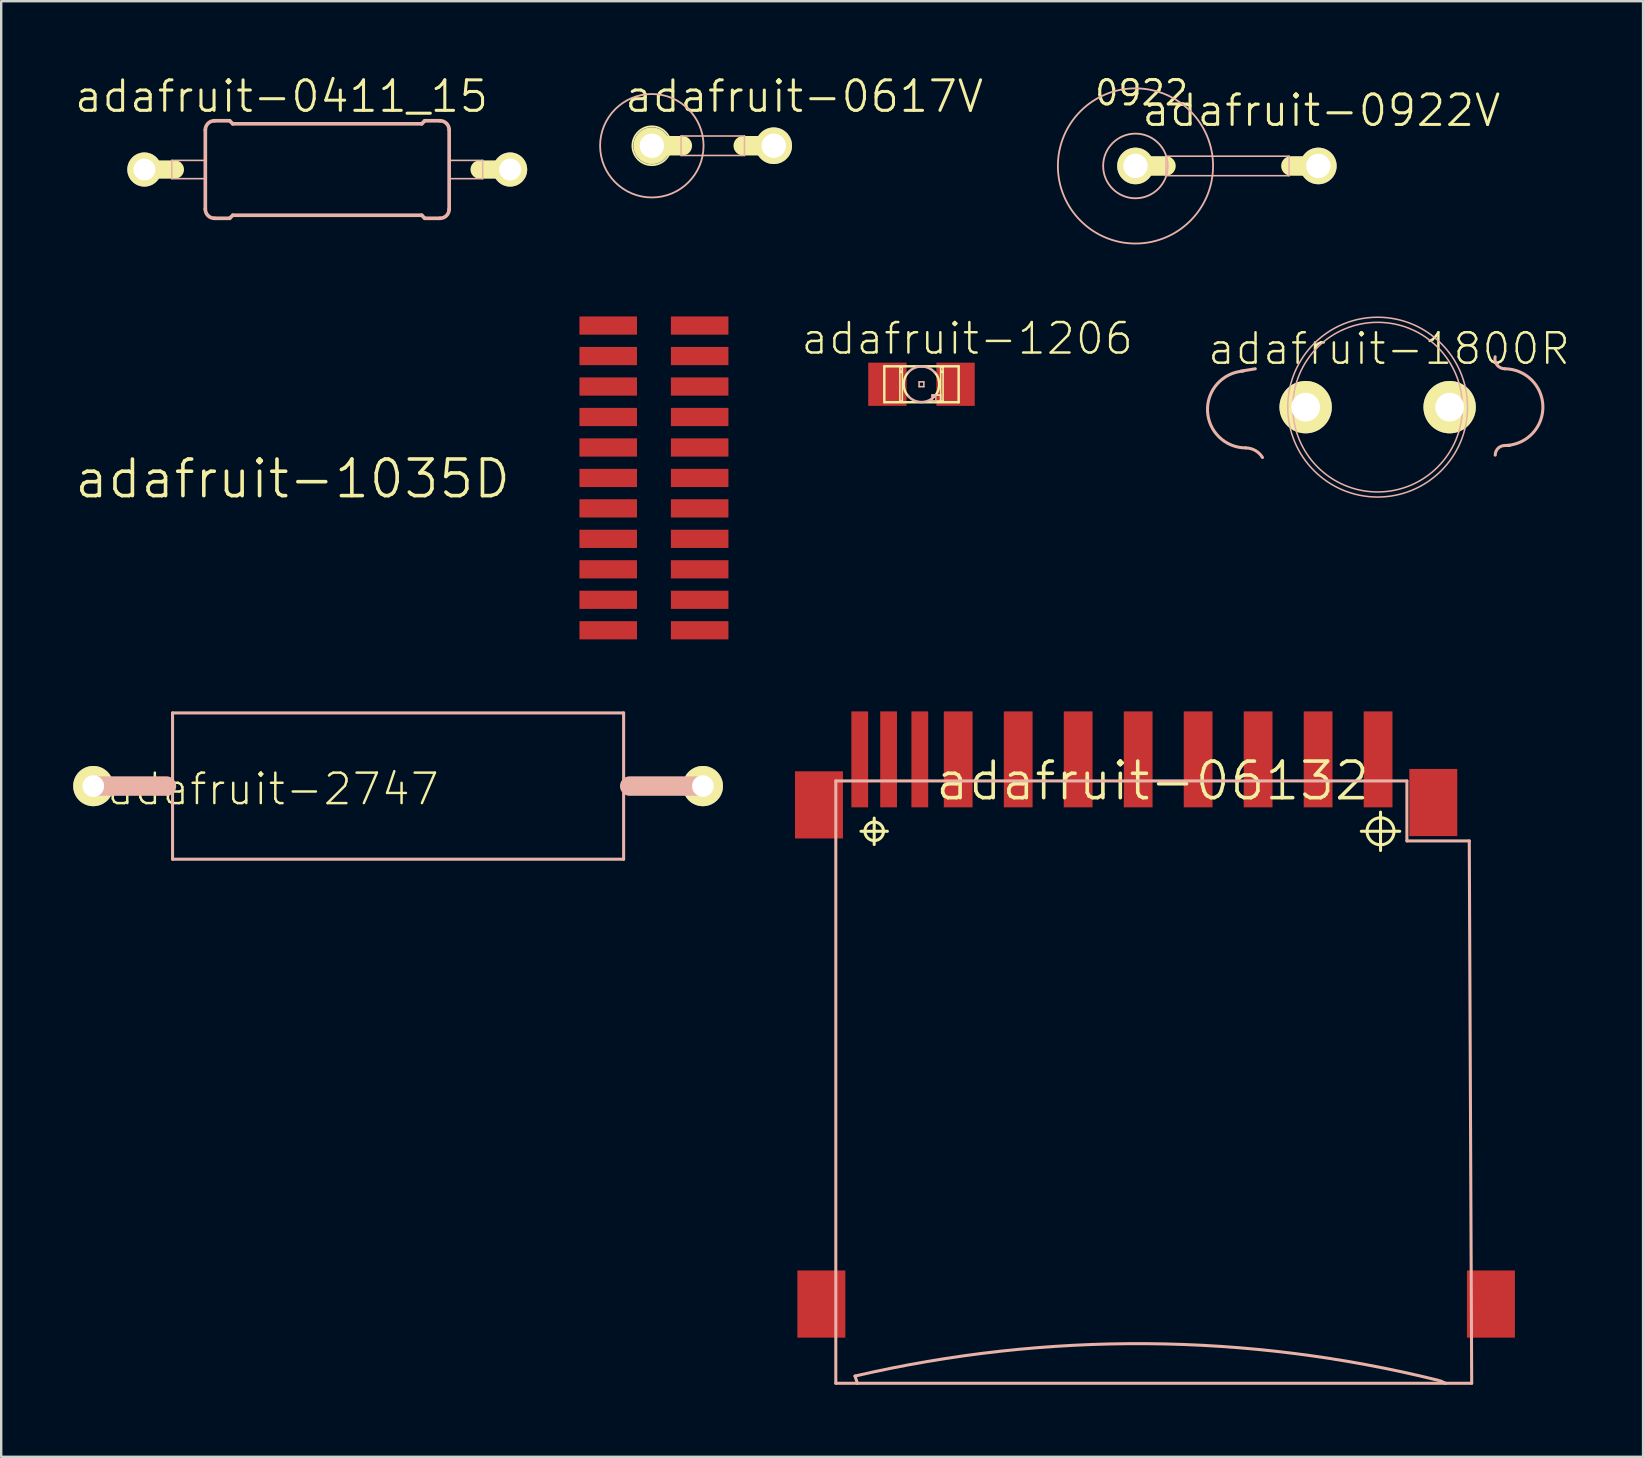
<source format=kicad_pcb>
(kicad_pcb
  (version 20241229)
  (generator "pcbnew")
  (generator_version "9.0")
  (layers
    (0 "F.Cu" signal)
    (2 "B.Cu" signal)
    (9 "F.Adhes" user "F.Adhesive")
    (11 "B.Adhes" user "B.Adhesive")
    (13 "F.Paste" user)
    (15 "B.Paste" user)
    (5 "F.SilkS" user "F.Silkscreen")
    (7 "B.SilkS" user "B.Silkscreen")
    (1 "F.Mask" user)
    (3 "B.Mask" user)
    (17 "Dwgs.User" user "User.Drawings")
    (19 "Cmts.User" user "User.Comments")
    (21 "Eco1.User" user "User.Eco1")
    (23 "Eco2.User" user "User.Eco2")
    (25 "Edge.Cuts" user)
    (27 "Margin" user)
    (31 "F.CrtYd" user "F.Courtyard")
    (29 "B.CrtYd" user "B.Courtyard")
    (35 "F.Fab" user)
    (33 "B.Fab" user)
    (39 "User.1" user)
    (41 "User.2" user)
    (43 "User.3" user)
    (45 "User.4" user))
  (footprint "adafruit-1035D"
    (layer "F.Cu")
    (at 9.144 16.904)
    (property "Reference" "adafruit-1035D" (at 0 0 0) (layer "F.SilkS") (effects (font (size 1.524 1.524) (thickness 0.15))))
    (attr smd)
    (pad "#RST" smd rect (at 16.96 -6.388 270) (size 0.759 2.398) (layers "F.Cu" "F.Mask" "F.Paste"))
    (pad "BOOT" smd rect (at 13.15 3.769 90) (size 0.759 2.398) (layers "F.Cu" "F.Mask" "F.Paste"))
    (pad "GND" smd rect (at 13.15 -1.308 90) (size 0.759 2.398) (layers "F.Cu" "F.Mask" "F.Paste"))
    (pad "ON_O" smd rect (at 13.15 6.309 90) (size 0.759 2.398) (layers "F.Cu" "F.Mask" "F.Paste"))
    (pad "P$10" smd rect (at 13.15 5.039 90) (size 0.759 2.398) (layers "F.Cu" "F.Mask" "F.Paste"))
    (pad "P$12" smd rect (at 16.96 6.309 270) (size 0.759 2.398) (layers "F.Cu" "F.Mask" "F.Paste"))
    (pad "P$13" smd rect (at 16.96 5.039 270) (size 0.759 2.398) (layers "F.Cu" "F.Mask" "F.Paste"))
    (pad "P$14" smd rect (at 16.96 3.769 270) (size 0.759 2.398) (layers "F.Cu" "F.Mask" "F.Paste"))
    (pad "P$15" smd rect (at 16.96 2.499 270) (size 0.759 2.398) (layers "F.Cu" "F.Mask" "F.Paste"))
    (pad "P$16" smd rect (at 16.96 1.229 270) (size 0.759 2.398) (layers "F.Cu" "F.Mask" "F.Paste"))
    (pad "P$18" smd rect (at 16.96 -1.308 270) (size 0.759 2.398) (layers "F.Cu" "F.Mask" "F.Paste"))
    (pad "P$19" smd rect (at 16.96 -2.578 270) (size 0.759 2.398) (layers "F.Cu" "F.Mask" "F.Paste"))
    (pad "P$21" smd rect (at 16.96 -5.118 270) (size 0.759 2.398) (layers "F.Cu" "F.Mask" "F.Paste"))
    (pad "PPS" smd rect (at 13.15 -6.388 90) (size 0.759 2.398) (layers "F.Cu" "F.Mask" "F.Paste"))
    (pad "RFPW" smd rect (at 16.96 -3.848 270) (size 0.759 2.398) (layers "F.Cu" "F.Mask" "F.Paste"))
    (pad "RX0" smd rect (at 13.15 -3.848 90) (size 0.759 2.398) (layers "F.Cu" "F.Mask" "F.Paste"))
    (pad "RX1" smd rect (at 13.15 1.229 90) (size 0.759 2.398) (layers "F.Cu" "F.Mask" "F.Paste"))
    (pad "TX0" smd rect (at 13.15 -5.118 90) (size 0.759 2.398) (layers "F.Cu" "F.Mask" "F.Paste"))
    (pad "TX1" smd rect (at 13.15 2.499 90) (size 0.759 2.398) (layers "F.Cu" "F.Mask" "F.Paste"))
    (pad "VBAK" smd rect (at 13.15 -0.038 90) (size 0.759 2.398) (layers "F.Cu" "F.Mask" "F.Paste"))
    (pad "VBAK" smd rect (at 16.96 -0.038 270) (size 0.759 2.398) (layers "F.Cu" "F.Mask" "F.Paste"))
    (pad "VCC" smd rect (at 13.15 -2.578 90) (size 0.759 2.398) (layers "F.Cu" "F.Mask" "F.Paste")))
  (footprint "adafruit-0411_15"
    (layer "F.Cu")
    (at 10.586 4.014)
    (property "Reference" "adafruit-0411_15" (at -1.905 -3.048 0) (layer "F.SilkS") (effects (font (size 1.27 1.27) (thickness 0.127))))
    (attr exclude_from_pos_files exclude_from_bom)
    (fp_line (start -7.62 0) (end -6.35 0) (stroke (width 0.762) (type solid)) (layer "F.SilkS"))
    (fp_line (start 6.35 0) (end 7.62 0) (stroke (width 0.762) (type solid)) (layer "F.SilkS"))
    (fp_line (start -6.477 -0.381) (end -5.08 -0.381) (stroke (width 0.066) (type solid)) (layer "B.SilkS"))
    (fp_line (start -6.477 0.381) (end -6.477 -0.381) (stroke (width 0.066) (type solid)) (layer "B.SilkS"))
    (fp_line (start -6.477 0.381) (end -5.08 0.381) (stroke (width 0.066) (type solid)) (layer "B.SilkS"))
    (fp_line (start -5.08 -1.651) (end -5.08 1.651) (stroke (width 0.152) (type solid)) (layer "B.SilkS"))
    (fp_line (start -5.08 0.381) (end -5.08 -0.381) (stroke (width 0.066) (type solid)) (layer "B.SilkS"))
    (fp_line (start -4.699 -2.032) (end -4.064 -2.032) (stroke (width 0.152) (type solid)) (layer "B.SilkS"))
    (fp_line (start -4.699 2.032) (end -4.064 2.032) (stroke (width 0.152) (type solid)) (layer "B.SilkS"))
    (fp_line (start -3.937 -1.905) (end -4.064 -2.032) (stroke (width 0.152) (type solid)) (layer "B.SilkS"))
    (fp_line (start -3.937 -1.905) (end 3.937 -1.905) (stroke (width 0.152) (type solid)) (layer "B.SilkS"))
    (fp_line (start -3.937 1.905) (end -4.064 2.032) (stroke (width 0.152) (type solid)) (layer "B.SilkS"))
    (fp_line (start -3.937 1.905) (end 3.937 1.905) (stroke (width 0.152) (type solid)) (layer "B.SilkS"))
    (fp_line (start 3.937 -1.905) (end 4.064 -2.032) (stroke (width 0.152) (type solid)) (layer "B.SilkS"))
    (fp_line (start 3.937 1.905) (end 4.064 2.032) (stroke (width 0.152) (type solid)) (layer "B.SilkS"))
    (fp_line (start 4.699 -2.032) (end 4.064 -2.032) (stroke (width 0.152) (type solid)) (layer "B.SilkS"))
    (fp_line (start 4.699 2.032) (end 4.064 2.032) (stroke (width 0.152) (type solid)) (layer "B.SilkS"))
    (fp_line (start 5.08 -0.381) (end 6.477 -0.381) (stroke (width 0.066) (type solid)) (layer "B.SilkS"))
    (fp_line (start 5.08 0.381) (end 5.08 -0.381) (stroke (width 0.066) (type solid)) (layer "B.SilkS"))
    (fp_line (start 5.08 0.381) (end 6.477 0.381) (stroke (width 0.066) (type solid)) (layer "B.SilkS"))
    (fp_line (start 5.08 1.651) (end 5.08 -1.651) (stroke (width 0.152) (type solid)) (layer "B.SilkS"))
    (fp_line (start 6.477 0.381) (end 6.477 -0.381) (stroke (width 0.066) (type solid)) (layer "B.SilkS"))
    (fp_arc (start -5.08 -1.651) (mid -4.968408 -1.920408) (end -4.699 -2.032) (stroke (width 0.1524) (type solid)) (layer "B.SilkS"))
    (fp_arc (start -4.699 2.032) (mid -4.968408 1.920408) (end -5.08 1.651) (stroke (width 0.1524) (type solid)) (layer "B.SilkS"))
    (fp_arc (start 4.699 -2.032) (mid 4.968408 -1.920408) (end 5.08 -1.651) (stroke (width 0.1524) (type solid)) (layer "B.SilkS"))
    (fp_arc (start 5.08 1.651) (mid 4.968408 1.920408) (end 4.699 2.032) (stroke (width 0.1524) (type solid)) (layer "B.SilkS"))
    (pad "1" thru_hole circle (at -7.62 0) (size 1.422 1.422) (drill 0.914) (layers "*.Cu" "F.Mask" "F.SilkS" "F.Paste"))
    (pad "2" thru_hole circle (at 7.62 0) (size 1.422 1.422) (drill 0.914) (layers "*.Cu" "F.Mask" "F.SilkS" "F.Paste")))
  (footprint "adafruit-1206"
    (layer "F.Cu")
    (at 35.347 12.962)
    (property "Reference" "adafruit-1206" (at 1.905 -1.905 0) (layer "F.SilkS") (effects (font (size 1.27 1.27) (thickness 0.102))))
    (attr smd)
    (fp_line (start -1.549 -0.749) (end 1.549 -0.749) (stroke (width 0.102) (type solid)) (layer "F.SilkS"))
    (fp_line (start -1.549 0.749) (end -1.549 -0.749) (stroke (width 0.102) (type solid)) (layer "F.SilkS"))
    (fp_line (start -0.899 -0.699) (end -0.798 -0.699) (stroke (width 0.066) (type solid)) (layer "F.SilkS"))
    (fp_line (start -0.899 -0.549) (end -0.899 -0.699) (stroke (width 0.066) (type solid)) (layer "F.SilkS"))
    (fp_line (start -0.899 -0.549) (end -0.798 -0.549) (stroke (width 0.066) (type solid)) (layer "F.SilkS"))
    (fp_line (start -0.899 -0.498) (end -0.798 -0.498) (stroke (width 0.066) (type solid)) (layer "F.SilkS"))
    (fp_line (start -0.899 0.699) (end -0.899 -0.498) (stroke (width 0.066) (type solid)) (layer "F.SilkS"))
    (fp_line (start -0.899 0.699) (end -0.798 0.699) (stroke (width 0.066) (type solid)) (layer "F.SilkS"))
    (fp_line (start -0.798 -0.549) (end -0.798 -0.699) (stroke (width 0.066) (type solid)) (layer "F.SilkS"))
    (fp_line (start -0.798 0.699) (end -0.798 -0.498) (stroke (width 0.066) (type solid)) (layer "F.SilkS"))
    (fp_line (start 0.45 0.45) (end 0.798 0.45) (stroke (width 0.066) (type solid)) (layer "F.SilkS"))
    (fp_line (start 0.45 0.699) (end 0.45 0.45) (stroke (width 0.066) (type solid)) (layer "F.SilkS"))
    (fp_line (start 0.45 0.699) (end 0.798 0.699) (stroke (width 0.066) (type solid)) (layer "F.SilkS"))
    (fp_line (start 0.798 -0.699) (end 0.899 -0.699) (stroke (width 0.066) (type solid)) (layer "F.SilkS"))
    (fp_line (start 0.798 -0.549) (end 0.798 -0.699) (stroke (width 0.066) (type solid)) (layer "F.SilkS"))
    (fp_line (start 0.798 -0.549) (end 0.899 -0.549) (stroke (width 0.066) (type solid)) (layer "F.SilkS"))
    (fp_line (start 0.798 -0.498) (end 0.899 -0.498) (stroke (width 0.066) (type solid)) (layer "F.SilkS"))
    (fp_line (start 0.798 0.699) (end 0.798 -0.498) (stroke (width 0.066) (type solid)) (layer "F.SilkS"))
    (fp_line (start 0.798 0.699) (end 0.798 0.45) (stroke (width 0.066) (type solid)) (layer "F.SilkS"))
    (fp_line (start 0.798 0.699) (end 0.899 0.699) (stroke (width 0.066) (type solid)) (layer "F.SilkS"))
    (fp_line (start 0.899 -0.549) (end 0.899 -0.699) (stroke (width 0.066) (type solid)) (layer "F.SilkS"))
    (fp_line (start 0.899 0.699) (end 0.899 -0.498) (stroke (width 0.066) (type solid)) (layer "F.SilkS"))
    (fp_line (start 1.549 -0.749) (end 1.549 0.749) (stroke (width 0.102) (type solid)) (layer "F.SilkS"))
    (fp_line (start 1.549 0.749) (end -1.549 0.749) (stroke (width 0.102) (type solid)) (layer "F.SilkS"))
    (fp_arc (start -0.54864 0.49784) (mid -0.740844 -0.000377) (end -0.548133 -0.498398) (stroke (width 0.1016) (type solid)) (layer "F.SilkS"))
    (fp_arc (start 0.54864 -0.49784) (mid 0.740844 0.000377) (end 0.548133 0.498398) (stroke (width 0.1016) (type solid)) (layer "F.SilkS"))
    (fp_line (start -0.099 -0.099) (end 0.099 -0.099) (stroke (width 0.066) (type solid)) (layer "B.SilkS"))
    (fp_line (start -0.099 0.099) (end -0.099 -0.099) (stroke (width 0.066) (type solid)) (layer "B.SilkS"))
    (fp_line (start -0.099 0.099) (end 0.099 0.099) (stroke (width 0.066) (type solid)) (layer "B.SilkS"))
    (fp_line (start 0.099 0.099) (end 0.099 -0.099) (stroke (width 0.066) (type solid)) (layer "B.SilkS"))
    (fp_line (start 0.45 0.45) (end 0.599 0.45) (stroke (width 0.066) (type solid)) (layer "B.SilkS"))
    (fp_line (start 0.45 0.699) (end 0.45 0.45) (stroke (width 0.066) (type solid)) (layer "B.SilkS"))
    (fp_line (start 0.45 0.699) (end 0.599 0.699) (stroke (width 0.066) (type solid)) (layer "B.SilkS"))
    (fp_line (start 0.599 0.699) (end 0.599 0.45) (stroke (width 0.066) (type solid)) (layer "B.SilkS"))
    (fp_arc (start -0.54864 -0.49784) (mid -0.001024 -0.740844) (end 0.547262 -0.499354) (stroke (width 0.1016) (type solid)) (layer "B.SilkS"))
    (fp_arc (start 0.54864 0.49784) (mid 0.001024 0.740844) (end -0.547262 0.499354) (stroke (width 0.1016) (type solid)) (layer "B.SilkS"))
    (pad "A" smd rect (at -1.42 0) (size 1.598 1.801) (layers "F.Cu" "F.Mask" "F.Paste"))
    (pad "C" smd rect (at 1.42 0) (size 1.598 1.801) (layers "F.Cu" "F.Mask" "F.Paste")))
  (footprint "adafruit-2747"
    (layer "F.Cu")
    (at 13.538 29.705)
    (property "Reference" "adafruit-2747" (at -5.207 0.127 0) (layer "F.SilkS") (effects (font (size 1.27 1.27) (thickness 0.102))))
    (attr exclude_from_pos_files exclude_from_bom)
    (fp_line (start -12.446 0) (end -9.652 0) (stroke (width 0.813) (type solid)) (layer "B.SilkS"))
    (fp_line (start -9.398 -3.048) (end 9.398 -3.048) (stroke (width 0.127) (type solid)) (layer "B.SilkS"))
    (fp_line (start -9.398 3.048) (end -9.398 -3.048) (stroke (width 0.127) (type solid)) (layer "B.SilkS"))
    (fp_line (start 9.398 -3.048) (end 9.398 3.048) (stroke (width 0.127) (type solid)) (layer "B.SilkS"))
    (fp_line (start 9.398 3.048) (end -9.398 3.048) (stroke (width 0.127) (type solid)) (layer "B.SilkS"))
    (fp_line (start 12.446 0) (end 9.652 0) (stroke (width 0.813) (type solid)) (layer "B.SilkS"))
    (pad "P$1" thru_hole circle (at -12.7 0) (size 1.676 1.676) (drill 0.899) (layers "*.Cu" "F.Mask" "F.SilkS" "F.Paste"))
    (pad "P$2" thru_hole circle (at 12.7 0) (size 1.676 1.676) (drill 0.899) (layers "*.Cu" "F.Mask" "F.SilkS" "F.Paste")))
  (footprint "adafruit-1800R"
    (layer "F.Cu")
    (at 54.355 13.915)
    (property "Reference" "adafruit-1800R" (at 0.475 -2.433 0) (layer "F.SilkS") (effects (font (size 1.27 1.27) (thickness 0.102))))
    (attr exclude_from_pos_files exclude_from_bom)
    (fp_line (start -5.098 -1.598) (end -5.7 -1.499) (stroke (width 0.127) (type solid)) (layer "B.SilkS"))
    (fp_line (start 5.499 1.598) (end 5.298 1.598) (stroke (width 0.127) (type solid)) (layer "B.SilkS"))
    (fp_arc (start -5.4991 1.69926) (mid -7.088403 0.146753) (end -5.599489 -1.502276) (stroke (width 0.127) (type solid)) (layer "B.SilkS"))
    (fp_arc (start -5.4991 1.69926) (mid -5.097356 1.807488) (end -4.798959 2.097436) (stroke (width 0.127) (type solid)) (layer "B.SilkS"))
    (fp_arc (start 4.89966 1.99898) (mid 5.01646 1.717) (end 5.29844 1.6002) (stroke (width 0.127) (type solid)) (layer "B.SilkS"))
    (fp_arc (start 5.29844 -1.59766) (mid 4.978079 -1.752539) (end 4.896229 -2.098832) (stroke (width 0.127) (type solid)) (layer "B.SilkS"))
    (fp_arc (start 5.29844 -1.59766) (mid 6.885107 -0.052572) (end 5.403502 1.593532) (stroke (width 0.127) (type solid)) (layer "B.SilkS"))
    (fp_circle (center 0 0) (end -2.649 2.649) (stroke (width 0.064) (type solid)) (fill no) (layer "B.SilkS"))
    (fp_circle (center 0 0) (end -2.499 2.499) (stroke (width 0.064) (type solid)) (fill no) (layer "B.SilkS"))
    (pad "1" thru_hole circle (at -3 0) (size 2.182 2.182) (drill 1.199) (layers "*.Cu" "F.Mask" "F.SilkS" "F.Paste"))
    (pad "2" thru_hole circle (at 3 0) (size 2.182 2.182) (drill 1.199) (layers "*.Cu" "F.Mask" "F.SilkS" "F.Paste")))
  (footprint "adafruit-0922V"
    (layer "F.Cu")
    (at 49.344 3.865)
    (property "Reference" "adafruit-0922V" (at 2.667 -2.311 0) (layer "F.SilkS") (effects (font (size 1.27 1.27) (thickness 0.127))))
    (attr exclude_from_pos_files exclude_from_bom)
    (fp_line (start -5.08 0) (end -3.81 0) (stroke (width 0.813) (type solid)) (layer "F.SilkS"))
    (fp_line (start 2.54 0) (end 1.397 0) (stroke (width 0.813) (type solid)) (layer "F.SilkS"))
    (fp_line (start -3.81 -0.406) (end 1.321 -0.406) (stroke (width 0.066) (type solid)) (layer "B.SilkS"))
    (fp_line (start -3.81 0.406) (end -3.81 -0.406) (stroke (width 0.066) (type solid)) (layer "B.SilkS"))
    (fp_line (start -3.81 0.406) (end 1.321 0.406) (stroke (width 0.066) (type solid)) (layer "B.SilkS"))
    (fp_line (start 1.321 0.406) (end 1.321 -0.406) (stroke (width 0.066) (type solid)) (layer "B.SilkS"))
    (fp_circle (center -5.08 0) (end -7.366 2.286) (stroke (width 0.076) (type solid)) (fill no) (layer "B.SilkS"))
    (fp_circle (center -5.08 0) (end -6.032 0.953) (stroke (width 0.076) (type solid)) (fill no) (layer "B.SilkS"))
    (fp_text user "0922" (at -4.826 -3.048 0) (layer "F.SilkS") (effects (font (size 1.016 1.016) (thickness 0.127))))
    (pad "1" thru_hole circle (at -5.08 0) (size 1.524 1.524) (drill 1.016) (layers "*.Cu" "F.Mask" "F.SilkS" "F.Paste"))
    (pad "2" thru_hole circle (at 2.54 0) (size 1.524 1.524) (drill 1.016) (layers "*.Cu" "F.Mask" "F.SilkS" "F.Paste")))
  (footprint "adafruit-0617V"
    (layer "F.Cu")
    (at 26.651 3.023)
    (property "Reference" "adafruit-0617V" (at 3.81 -2.057 0) (layer "F.SilkS") (effects (font (size 1.27 1.27) (thickness 0.127))))
    (attr exclude_from_pos_files exclude_from_bom)
    (fp_line (start -2.54 0) (end -1.27 0) (stroke (width 0.813) (type solid)) (layer "F.SilkS"))
    (fp_line (start 1.27 0) (end 2.54 0) (stroke (width 0.813) (type solid)) (layer "F.SilkS"))
    (fp_circle (center -2.54 0) (end -3.111 0.572) (stroke (width 0.076) (type solid)) (fill no) (layer "F.SilkS"))
    (fp_line (start -1.321 -0.406) (end 1.321 -0.406) (stroke (width 0.066) (type solid)) (layer "B.SilkS"))
    (fp_line (start -1.321 0.406) (end -1.321 -0.406) (stroke (width 0.066) (type solid)) (layer "B.SilkS"))
    (fp_line (start -1.321 0.406) (end 1.321 0.406) (stroke (width 0.066) (type solid)) (layer "B.SilkS"))
    (fp_line (start 1.321 0.406) (end 1.321 -0.406) (stroke (width 0.066) (type solid)) (layer "B.SilkS"))
    (fp_circle (center -2.54 0) (end -4.064 1.524) (stroke (width 0.076) (type solid)) (fill no) (layer "B.SilkS"))
    (pad "1" thru_hole circle (at -2.54 0) (size 1.524 1.524) (drill 1.016) (layers "*.Cu" "F.Mask" "F.SilkS" "F.Paste"))
    (pad "2" thru_hole circle (at 2.54 0) (size 1.524 1.524) (drill 1.016) (layers "*.Cu" "F.Mask" "F.SilkS" "F.Paste")))
  (footprint "adafruit-06132"
    (layer "F.Cu")
    (at 44.975 29.491)
    (property "Reference" "adafruit-06132" (at 0 0 0) (layer "F.SilkS") (effects (font (size 1.524 1.524) (thickness 0.15))))
    (attr smd)
    (fp_line (start -12.149 2.098) (end -11.049 2.098) (stroke (width 0.127) (type solid)) (layer "F.SilkS"))
    (fp_line (start -11.598 2.649) (end -11.598 1.549) (stroke (width 0.127) (type solid)) (layer "F.SilkS"))
    (fp_line (start 8.7 2.098) (end 10.3 2.098) (stroke (width 0.127) (type solid)) (layer "F.SilkS"))
    (fp_line (start 9.5 2.898) (end 9.5 1.298) (stroke (width 0.127) (type solid)) (layer "F.SilkS"))
    (fp_circle (center -11.598 2.098) (end -11.872 2.372) (stroke (width 0.127) (type solid)) (fill no) (layer "F.SilkS"))
    (fp_circle (center 9.5 2.098) (end 9.898 2.497) (stroke (width 0.127) (type solid)) (fill no) (layer "F.SilkS"))
    (fp_line (start -13.198 0) (end 10.599 0) (stroke (width 0.127) (type solid)) (layer "B.SilkS"))
    (fp_line (start -13.198 25.098) (end -13.198 0) (stroke (width 0.127) (type solid)) (layer "B.SilkS"))
    (fp_line (start -12.398 24.798) (end -12.299 25.098) (stroke (width 0.127) (type solid)) (layer "B.SilkS"))
    (fp_line (start -12.299 25.098) (end -13.198 25.098) (stroke (width 0.127) (type solid)) (layer "B.SilkS"))
    (fp_line (start 10.599 0) (end 10.599 2.499) (stroke (width 0.127) (type solid)) (layer "B.SilkS"))
    (fp_line (start 10.599 2.499) (end 13.198 2.499) (stroke (width 0.127) (type solid)) (layer "B.SilkS"))
    (fp_line (start 11.999 24.999) (end 12.2 25.098) (stroke (width 0.127) (type solid)) (layer "B.SilkS"))
    (fp_line (start 12.2 25.098) (end -12.299 25.098) (stroke (width 0.127) (type solid)) (layer "B.SilkS"))
    (fp_line (start 13.198 2.499) (end 13.299 25.098) (stroke (width 0.127) (type solid)) (layer "B.SilkS"))
    (fp_line (start 13.299 25.098) (end 12.2 25.098) (stroke (width 0.127) (type solid)) (layer "B.SilkS"))
    (fp_arc (start -12.39774 24.79802) (mid -0.229158 23.449032) (end 11.918119 24.978017) (stroke (width 0.127) (type solid)) (layer "B.SilkS"))
    (pad "1" smd rect (at 6.899 -0.899 90) (size 3.998 1.199) (layers "F.Cu" "F.Mask" "F.Paste"))
    (pad "2" smd rect (at 4.399 -0.899 90) (size 3.998 1.199) (layers "F.Cu" "F.Mask" "F.Paste"))
    (pad "3" smd rect (at 1.9 -0.899 90) (size 3.998 1.199) (layers "F.Cu" "F.Mask" "F.Paste"))
    (pad "4" smd rect (at -0.599 -0.899 90) (size 3.998 1.199) (layers "F.Cu" "F.Mask" "F.Paste"))
    (pad "5" smd rect (at -3.099 -0.899 90) (size 3.998 1.199) (layers "F.Cu" "F.Mask" "F.Paste"))
    (pad "6" smd rect (at -5.598 -0.899 90) (size 3.998 1.199) (layers "F.Cu" "F.Mask" "F.Paste"))
    (pad "7" smd rect (at -8.098 -0.899 90) (size 3.998 1.199) (layers "F.Cu" "F.Mask" "F.Paste"))
    (pad "8" smd rect (at -9.698 -0.899 90) (size 3.998 0.699) (layers "F.Cu" "F.Mask" "F.Paste"))
    (pad "9" smd rect (at 9.398 -0.899 90) (size 3.998 1.199) (layers "F.Cu" "F.Mask" "F.Paste"))
    (pad "CD" smd rect (at -10.998 -0.899 90) (size 3.998 0.699) (layers "F.Cu" "F.Mask" "F.Paste"))
    (pad "GP" smd rect (at -13.8 21.798 90) (size 2.799 1.999) (layers "F.Cu" "F.Mask" "F.Paste"))
    (pad "GP2" smd rect (at 14.1 21.798 90) (size 2.799 1.999) (layers "F.Cu" "F.Mask" "F.Paste"))
    (pad "GP3" smd rect (at 11.699 0.899 90) (size 2.799 1.999) (layers "F.Cu" "F.Mask" "F.Paste"))
    (pad "GP4" smd rect (at -13.899 0.998 90) (size 2.799 1.999) (layers "F.Cu" "F.Mask" "F.Paste"))
    (pad "WP" smd rect (at -12.2 -0.899 90) (size 3.998 0.699) (layers "F.Cu" "F.Mask" "F.Paste")))
  (gr_rect
    (start -3 -3)
    (end 65.415 57.653)
    (stroke (width 0.1) (type default))
    (fill no)
    (layer "Edge.Cuts")))
</source>
